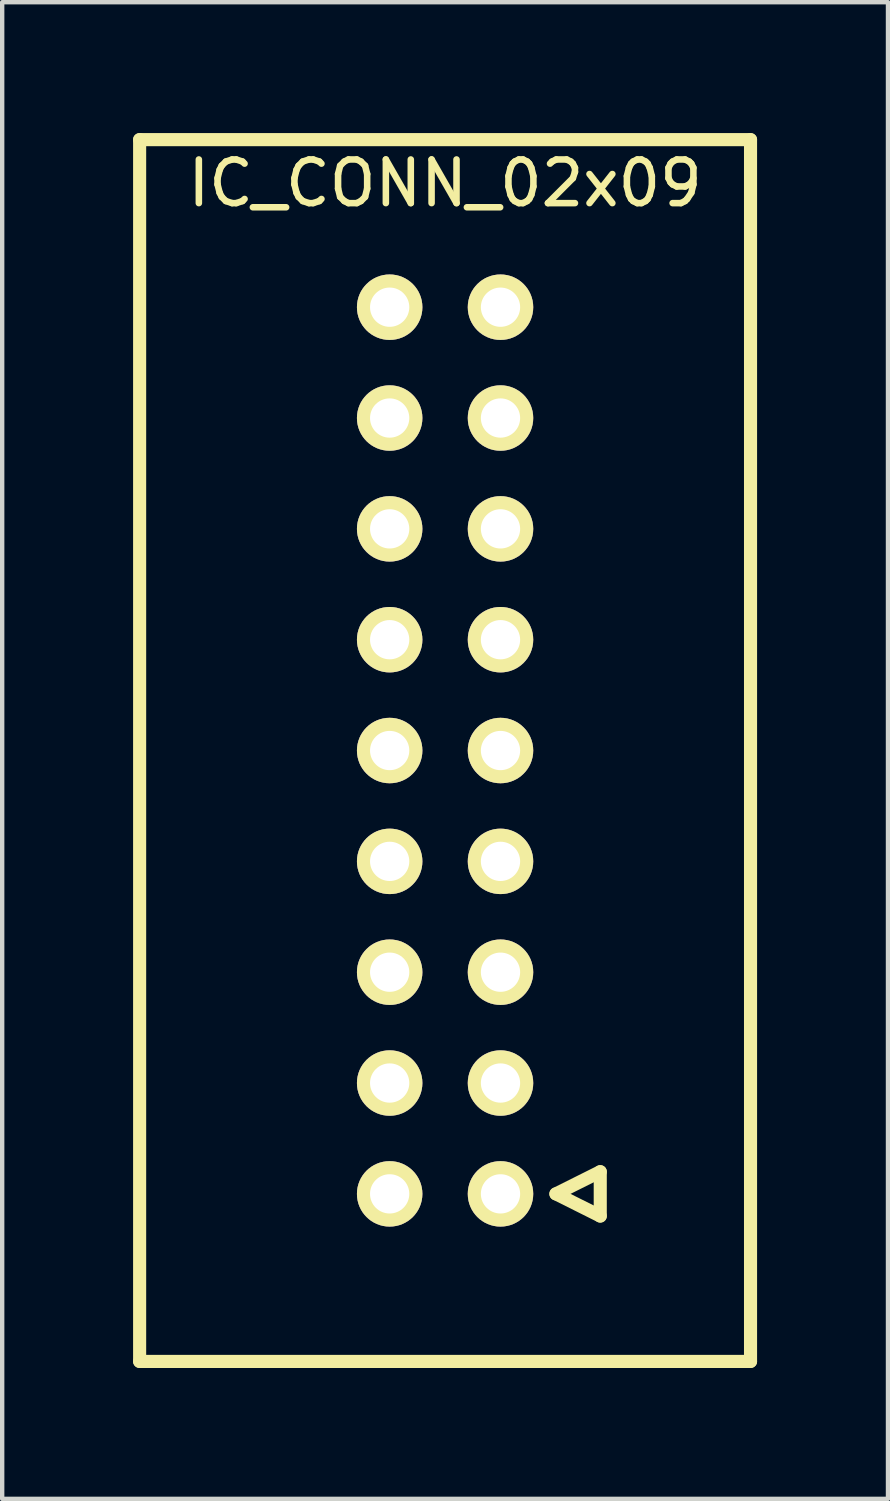
<source format=kicad_pcb>
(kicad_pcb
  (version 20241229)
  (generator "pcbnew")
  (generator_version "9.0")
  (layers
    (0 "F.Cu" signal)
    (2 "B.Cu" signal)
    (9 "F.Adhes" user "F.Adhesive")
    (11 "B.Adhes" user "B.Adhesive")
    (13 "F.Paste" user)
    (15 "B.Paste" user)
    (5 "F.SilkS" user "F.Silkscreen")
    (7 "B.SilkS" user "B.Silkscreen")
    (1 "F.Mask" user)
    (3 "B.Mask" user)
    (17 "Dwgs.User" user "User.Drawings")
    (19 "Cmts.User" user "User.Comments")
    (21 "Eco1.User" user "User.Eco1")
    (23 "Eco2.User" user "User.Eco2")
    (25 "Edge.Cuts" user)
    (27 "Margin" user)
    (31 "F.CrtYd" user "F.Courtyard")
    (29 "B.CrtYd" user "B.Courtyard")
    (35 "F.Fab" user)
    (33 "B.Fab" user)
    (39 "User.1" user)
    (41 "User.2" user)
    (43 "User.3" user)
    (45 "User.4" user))
  (footprint "IC_CONN_02x09"
    (layer "F.Cu")
    (at 7.15 14.15)
    (property "Reference" "IC_CONN_02x09" (at 0 -13 0) (layer "F.SilkS") (effects (font (size 1 1) (thickness 0.15))))
    (attr through_hole)
    (fp_line (start -7 -14) (end -7 14) (stroke (width 0.3) (type solid)) (layer "F.SilkS"))
    (fp_line (start -7 14) (end 7 14) (stroke (width 0.3) (type solid)) (layer "F.SilkS"))
    (fp_line (start 2.54 10.16) (end 3.556 9.652) (stroke (width 0.3) (type solid)) (layer "F.SilkS"))
    (fp_line (start 3.556 9.652) (end 3.556 10.668) (stroke (width 0.3) (type solid)) (layer "F.SilkS"))
    (fp_line (start 3.556 10.668) (end 2.54 10.16) (stroke (width 0.3) (type solid)) (layer "F.SilkS"))
    (fp_line (start 7 -14) (end -7 -14) (stroke (width 0.3) (type solid)) (layer "F.SilkS"))
    (fp_line (start 7 14) (end 7 -14) (stroke (width 0.3) (type solid)) (layer "F.SilkS"))
    (pad "1" thru_hole circle (at 1.27 10.16) (size 1.5 1.5) (drill 0.9) (layers "*.Cu" "*.Mask" "F.SilkS"))
    (pad "2" thru_hole circle (at 1.27 7.62) (size 1.5 1.5) (drill 0.9) (layers "*.Cu" "*.Mask" "F.SilkS"))
    (pad "3" thru_hole circle (at 1.27 5.08) (size 1.5 1.5) (drill 0.9) (layers "*.Cu" "*.Mask" "F.SilkS"))
    (pad "4" thru_hole circle (at 1.27 2.54) (size 1.5 1.5) (drill 0.9) (layers "*.Cu" "*.Mask" "F.SilkS"))
    (pad "5" thru_hole circle (at 1.27 0) (size 1.5 1.5) (drill 0.9) (layers "*.Cu" "*.Mask" "F.SilkS"))
    (pad "6" thru_hole circle (at 1.27 -2.54) (size 1.5 1.5) (drill 0.9) (layers "*.Cu" "*.Mask" "F.SilkS"))
    (pad "7" thru_hole circle (at 1.27 -5.08) (size 1.5 1.5) (drill 0.9) (layers "*.Cu" "*.Mask" "F.SilkS"))
    (pad "8" thru_hole circle (at 1.27 -7.62) (size 1.5 1.5) (drill 0.9) (layers "*.Cu" "*.Mask" "F.SilkS"))
    (pad "9" thru_hole circle (at 1.27 -10.16) (size 1.5 1.5) (drill 0.9) (layers "*.Cu" "*.Mask" "F.SilkS"))
    (pad "10" thru_hole circle (at -1.27 10.16) (size 1.5 1.5) (drill 0.9) (layers "*.Cu" "*.Mask" "F.SilkS"))
    (pad "11" thru_hole circle (at -1.27 7.62) (size 1.5 1.5) (drill 0.9) (layers "*.Cu" "*.Mask" "F.SilkS"))
    (pad "12" thru_hole circle (at -1.27 5.08) (size 1.5 1.5) (drill 0.9) (layers "*.Cu" "*.Mask" "F.SilkS"))
    (pad "13" thru_hole circle (at -1.27 2.54) (size 1.5 1.5) (drill 0.9) (layers "*.Cu" "*.Mask" "F.SilkS"))
    (pad "14" thru_hole circle (at -1.27 0) (size 1.5 1.5) (drill 0.9) (layers "*.Cu" "*.Mask" "F.SilkS"))
    (pad "15" thru_hole circle (at -1.27 -2.54) (size 1.5 1.5) (drill 0.9) (layers "*.Cu" "*.Mask" "F.SilkS"))
    (pad "16" thru_hole circle (at -1.27 -5.08) (size 1.5 1.5) (drill 0.9) (layers "*.Cu" "*.Mask" "F.SilkS"))
    (pad "17" thru_hole circle (at -1.27 -7.62) (size 1.5 1.5) (drill 0.9) (layers "*.Cu" "*.Mask" "F.SilkS"))
    (pad "18" thru_hole circle (at -1.27 -10.16) (size 1.5 1.5) (drill 0.9) (layers "*.Cu" "*.Mask" "F.SilkS")))
  (gr_rect
    (start -3 -3)
    (end 17.3 31.3)
    (stroke (width 0.1) (type default))
    (fill no)
    (layer "Edge.Cuts")))
</source>
